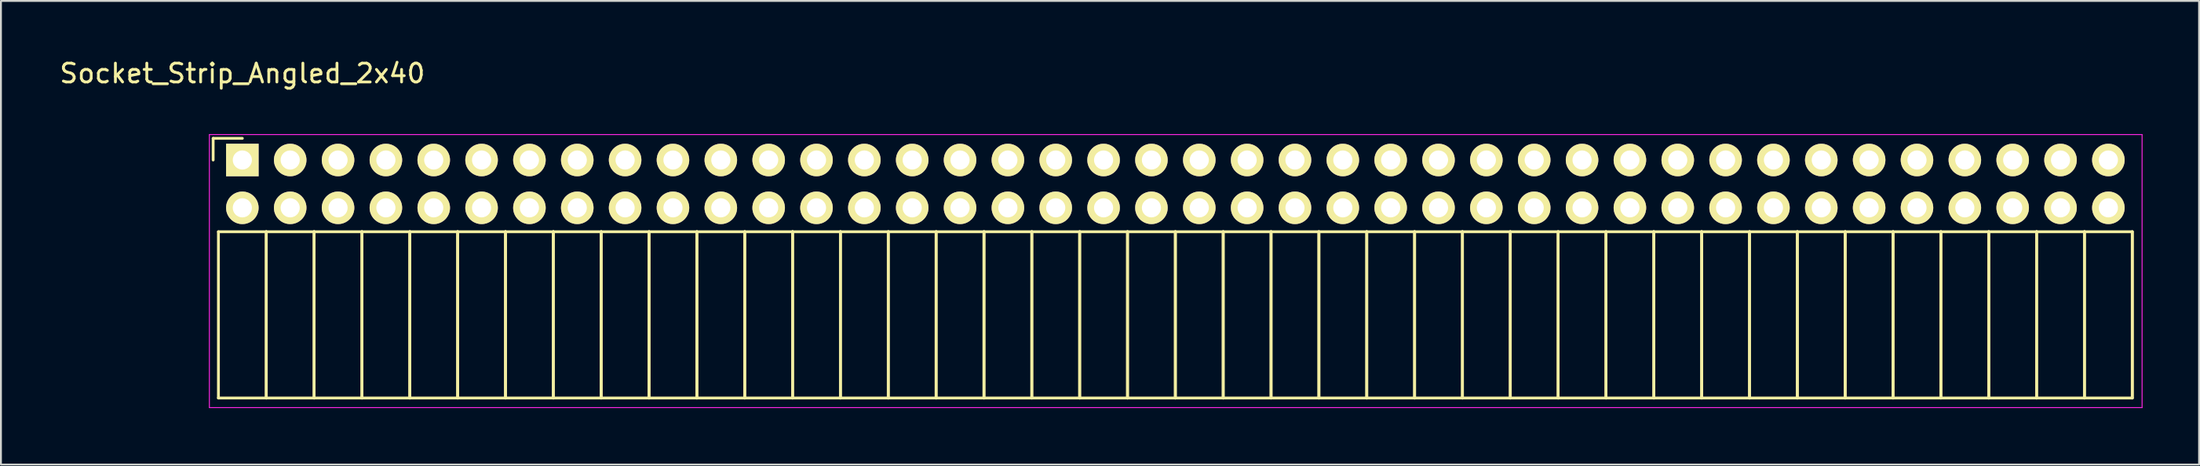
<source format=kicad_pcb>
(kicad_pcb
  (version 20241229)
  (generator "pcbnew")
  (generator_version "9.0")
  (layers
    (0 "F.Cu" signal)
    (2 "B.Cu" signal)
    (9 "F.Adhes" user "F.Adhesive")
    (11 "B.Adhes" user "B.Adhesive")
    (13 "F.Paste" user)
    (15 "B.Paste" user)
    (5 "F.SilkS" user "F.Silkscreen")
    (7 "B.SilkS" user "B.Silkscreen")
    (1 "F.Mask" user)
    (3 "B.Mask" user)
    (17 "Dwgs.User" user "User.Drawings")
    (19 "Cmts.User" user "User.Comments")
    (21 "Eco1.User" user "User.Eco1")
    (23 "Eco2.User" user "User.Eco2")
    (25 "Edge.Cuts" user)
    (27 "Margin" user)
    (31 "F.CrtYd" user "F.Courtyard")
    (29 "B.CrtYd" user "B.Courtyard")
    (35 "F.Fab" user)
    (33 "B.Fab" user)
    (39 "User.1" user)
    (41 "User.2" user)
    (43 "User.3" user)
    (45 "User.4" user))
  (footprint "Socket_Strip_Angled_2x40"
    (layer "F.Cu")
    (at 9.815 5.448)
    (property "Reference" "Socket_Strip_Angled_2x40" (at 0 -4.6 0) (layer "F.SilkS") (effects (font (size 1 1) (thickness 0.15))))
    (attr through_hole)
    (fp_line (start -1.55 -1.15) (end -1.55 0) (stroke (width 0.15) (type solid)) (layer "F.SilkS"))
    (fp_line (start -1.27 3.81) (end -1.27 12.64) (stroke (width 0.15) (type solid)) (layer "F.SilkS"))
    (fp_line (start -1.27 3.81) (end 1.27 3.81) (stroke (width 0.15) (type solid)) (layer "F.SilkS"))
    (fp_line (start -1.27 12.64) (end 1.27 12.64) (stroke (width 0.15) (type solid)) (layer "F.SilkS"))
    (fp_line (start 0 -1.15) (end -1.55 -1.15) (stroke (width 0.15) (type solid)) (layer "F.SilkS"))
    (fp_line (start 1.27 3.81) (end 1.27 12.64) (stroke (width 0.15) (type solid)) (layer "F.SilkS"))
    (fp_line (start 1.27 3.81) (end 3.81 3.81) (stroke (width 0.15) (type solid)) (layer "F.SilkS"))
    (fp_line (start 1.27 12.64) (end 1.27 3.81) (stroke (width 0.15) (type solid)) (layer "F.SilkS"))
    (fp_line (start 1.27 12.64) (end 3.81 12.64) (stroke (width 0.15) (type solid)) (layer "F.SilkS"))
    (fp_line (start 3.81 3.81) (end 3.81 12.64) (stroke (width 0.15) (type solid)) (layer "F.SilkS"))
    (fp_line (start 3.81 3.81) (end 6.35 3.81) (stroke (width 0.15) (type solid)) (layer "F.SilkS"))
    (fp_line (start 3.81 12.64) (end 3.81 3.81) (stroke (width 0.15) (type solid)) (layer "F.SilkS"))
    (fp_line (start 3.81 12.64) (end 6.35 12.64) (stroke (width 0.15) (type solid)) (layer "F.SilkS"))
    (fp_line (start 6.35 3.81) (end 6.35 12.64) (stroke (width 0.15) (type solid)) (layer "F.SilkS"))
    (fp_line (start 6.35 3.81) (end 8.89 3.81) (stroke (width 0.15) (type solid)) (layer "F.SilkS"))
    (fp_line (start 6.35 12.64) (end 6.35 3.81) (stroke (width 0.15) (type solid)) (layer "F.SilkS"))
    (fp_line (start 6.35 12.64) (end 8.89 12.64) (stroke (width 0.15) (type solid)) (layer "F.SilkS"))
    (fp_line (start 8.89 3.81) (end 8.89 12.64) (stroke (width 0.15) (type solid)) (layer "F.SilkS"))
    (fp_line (start 8.89 3.81) (end 11.43 3.81) (stroke (width 0.15) (type solid)) (layer "F.SilkS"))
    (fp_line (start 8.89 12.64) (end 8.89 3.81) (stroke (width 0.15) (type solid)) (layer "F.SilkS"))
    (fp_line (start 8.89 12.64) (end 11.43 12.64) (stroke (width 0.15) (type solid)) (layer "F.SilkS"))
    (fp_line (start 11.43 3.81) (end 11.43 12.64) (stroke (width 0.15) (type solid)) (layer "F.SilkS"))
    (fp_line (start 11.43 3.81) (end 13.97 3.81) (stroke (width 0.15) (type solid)) (layer "F.SilkS"))
    (fp_line (start 11.43 12.64) (end 11.43 3.81) (stroke (width 0.15) (type solid)) (layer "F.SilkS"))
    (fp_line (start 11.43 12.64) (end 13.97 12.64) (stroke (width 0.15) (type solid)) (layer "F.SilkS"))
    (fp_line (start 13.97 3.81) (end 13.97 12.64) (stroke (width 0.15) (type solid)) (layer "F.SilkS"))
    (fp_line (start 13.97 3.81) (end 16.51 3.81) (stroke (width 0.15) (type solid)) (layer "F.SilkS"))
    (fp_line (start 13.97 12.64) (end 13.97 3.81) (stroke (width 0.15) (type solid)) (layer "F.SilkS"))
    (fp_line (start 13.97 12.64) (end 16.51 12.64) (stroke (width 0.15) (type solid)) (layer "F.SilkS"))
    (fp_line (start 16.51 3.81) (end 16.51 12.64) (stroke (width 0.15) (type solid)) (layer "F.SilkS"))
    (fp_line (start 16.51 3.81) (end 19.05 3.81) (stroke (width 0.15) (type solid)) (layer "F.SilkS"))
    (fp_line (start 16.51 12.64) (end 16.51 3.81) (stroke (width 0.15) (type solid)) (layer "F.SilkS"))
    (fp_line (start 16.51 12.64) (end 19.05 12.64) (stroke (width 0.15) (type solid)) (layer "F.SilkS"))
    (fp_line (start 19.05 3.81) (end 19.05 12.64) (stroke (width 0.15) (type solid)) (layer "F.SilkS"))
    (fp_line (start 19.05 3.81) (end 21.59 3.81) (stroke (width 0.15) (type solid)) (layer "F.SilkS"))
    (fp_line (start 19.05 12.64) (end 19.05 3.81) (stroke (width 0.15) (type solid)) (layer "F.SilkS"))
    (fp_line (start 19.05 12.64) (end 21.59 12.64) (stroke (width 0.15) (type solid)) (layer "F.SilkS"))
    (fp_line (start 21.59 3.81) (end 21.59 12.64) (stroke (width 0.15) (type solid)) (layer "F.SilkS"))
    (fp_line (start 21.59 3.81) (end 24.13 3.81) (stroke (width 0.15) (type solid)) (layer "F.SilkS"))
    (fp_line (start 21.59 12.64) (end 21.59 3.81) (stroke (width 0.15) (type solid)) (layer "F.SilkS"))
    (fp_line (start 21.59 12.64) (end 24.13 12.64) (stroke (width 0.15) (type solid)) (layer "F.SilkS"))
    (fp_line (start 24.13 3.81) (end 24.13 12.64) (stroke (width 0.15) (type solid)) (layer "F.SilkS"))
    (fp_line (start 24.13 3.81) (end 26.67 3.81) (stroke (width 0.15) (type solid)) (layer "F.SilkS"))
    (fp_line (start 24.13 12.64) (end 24.13 3.81) (stroke (width 0.15) (type solid)) (layer "F.SilkS"))
    (fp_line (start 24.13 12.64) (end 26.67 12.64) (stroke (width 0.15) (type solid)) (layer "F.SilkS"))
    (fp_line (start 26.67 3.81) (end 26.67 12.64) (stroke (width 0.15) (type solid)) (layer "F.SilkS"))
    (fp_line (start 26.67 3.81) (end 29.21 3.81) (stroke (width 0.15) (type solid)) (layer "F.SilkS"))
    (fp_line (start 26.67 12.64) (end 26.67 3.81) (stroke (width 0.15) (type solid)) (layer "F.SilkS"))
    (fp_line (start 26.67 12.64) (end 29.21 12.64) (stroke (width 0.15) (type solid)) (layer "F.SilkS"))
    (fp_line (start 29.21 3.81) (end 29.21 12.64) (stroke (width 0.15) (type solid)) (layer "F.SilkS"))
    (fp_line (start 29.21 3.81) (end 31.75 3.81) (stroke (width 0.15) (type solid)) (layer "F.SilkS"))
    (fp_line (start 29.21 12.64) (end 29.21 3.81) (stroke (width 0.15) (type solid)) (layer "F.SilkS"))
    (fp_line (start 29.21 12.64) (end 31.75 12.64) (stroke (width 0.15) (type solid)) (layer "F.SilkS"))
    (fp_line (start 31.75 3.81) (end 31.75 12.64) (stroke (width 0.15) (type solid)) (layer "F.SilkS"))
    (fp_line (start 31.75 3.81) (end 34.29 3.81) (stroke (width 0.15) (type solid)) (layer "F.SilkS"))
    (fp_line (start 31.75 12.64) (end 31.75 3.81) (stroke (width 0.15) (type solid)) (layer "F.SilkS"))
    (fp_line (start 31.75 12.64) (end 34.29 12.64) (stroke (width 0.15) (type solid)) (layer "F.SilkS"))
    (fp_line (start 34.29 3.81) (end 34.29 12.64) (stroke (width 0.15) (type solid)) (layer "F.SilkS"))
    (fp_line (start 34.29 3.81) (end 36.83 3.81) (stroke (width 0.15) (type solid)) (layer "F.SilkS"))
    (fp_line (start 34.29 12.64) (end 34.29 3.81) (stroke (width 0.15) (type solid)) (layer "F.SilkS"))
    (fp_line (start 34.29 12.64) (end 36.83 12.64) (stroke (width 0.15) (type solid)) (layer "F.SilkS"))
    (fp_line (start 36.83 3.81) (end 36.83 12.64) (stroke (width 0.15) (type solid)) (layer "F.SilkS"))
    (fp_line (start 36.83 3.81) (end 39.37 3.81) (stroke (width 0.15) (type solid)) (layer "F.SilkS"))
    (fp_line (start 36.83 12.64) (end 36.83 3.81) (stroke (width 0.15) (type solid)) (layer "F.SilkS"))
    (fp_line (start 36.83 12.64) (end 39.37 12.64) (stroke (width 0.15) (type solid)) (layer "F.SilkS"))
    (fp_line (start 39.37 3.81) (end 39.37 12.64) (stroke (width 0.15) (type solid)) (layer "F.SilkS"))
    (fp_line (start 39.37 3.81) (end 41.91 3.81) (stroke (width 0.15) (type solid)) (layer "F.SilkS"))
    (fp_line (start 39.37 12.64) (end 39.37 3.81) (stroke (width 0.15) (type solid)) (layer "F.SilkS"))
    (fp_line (start 39.37 12.64) (end 41.91 12.64) (stroke (width 0.15) (type solid)) (layer "F.SilkS"))
    (fp_line (start 41.91 3.81) (end 41.91 12.64) (stroke (width 0.15) (type solid)) (layer "F.SilkS"))
    (fp_line (start 41.91 3.81) (end 44.45 3.81) (stroke (width 0.15) (type solid)) (layer "F.SilkS"))
    (fp_line (start 41.91 12.64) (end 41.91 3.81) (stroke (width 0.15) (type solid)) (layer "F.SilkS"))
    (fp_line (start 41.91 12.64) (end 44.45 12.64) (stroke (width 0.15) (type solid)) (layer "F.SilkS"))
    (fp_line (start 44.45 3.81) (end 44.45 12.64) (stroke (width 0.15) (type solid)) (layer "F.SilkS"))
    (fp_line (start 44.45 3.81) (end 46.99 3.81) (stroke (width 0.15) (type solid)) (layer "F.SilkS"))
    (fp_line (start 44.45 12.64) (end 44.45 3.81) (stroke (width 0.15) (type solid)) (layer "F.SilkS"))
    (fp_line (start 44.45 12.64) (end 46.99 12.64) (stroke (width 0.15) (type solid)) (layer "F.SilkS"))
    (fp_line (start 46.99 3.81) (end 46.99 12.64) (stroke (width 0.15) (type solid)) (layer "F.SilkS"))
    (fp_line (start 46.99 3.81) (end 49.53 3.81) (stroke (width 0.15) (type solid)) (layer "F.SilkS"))
    (fp_line (start 46.99 12.64) (end 46.99 3.81) (stroke (width 0.15) (type solid)) (layer "F.SilkS"))
    (fp_line (start 46.99 12.64) (end 49.53 12.64) (stroke (width 0.15) (type solid)) (layer "F.SilkS"))
    (fp_line (start 49.53 3.81) (end 49.53 12.64) (stroke (width 0.15) (type solid)) (layer "F.SilkS"))
    (fp_line (start 49.53 3.81) (end 52.07 3.81) (stroke (width 0.15) (type solid)) (layer "F.SilkS"))
    (fp_line (start 49.53 12.64) (end 49.53 3.81) (stroke (width 0.15) (type solid)) (layer "F.SilkS"))
    (fp_line (start 49.53 12.64) (end 52.07 12.64) (stroke (width 0.15) (type solid)) (layer "F.SilkS"))
    (fp_line (start 52.07 3.81) (end 52.07 12.64) (stroke (width 0.15) (type solid)) (layer "F.SilkS"))
    (fp_line (start 52.07 3.81) (end 54.61 3.81) (stroke (width 0.15) (type solid)) (layer "F.SilkS"))
    (fp_line (start 52.07 12.64) (end 52.07 3.81) (stroke (width 0.15) (type solid)) (layer "F.SilkS"))
    (fp_line (start 52.07 12.64) (end 54.61 12.64) (stroke (width 0.15) (type solid)) (layer "F.SilkS"))
    (fp_line (start 54.61 3.81) (end 54.61 12.64) (stroke (width 0.15) (type solid)) (layer "F.SilkS"))
    (fp_line (start 54.61 3.81) (end 57.15 3.81) (stroke (width 0.15) (type solid)) (layer "F.SilkS"))
    (fp_line (start 54.61 12.64) (end 54.61 3.81) (stroke (width 0.15) (type solid)) (layer "F.SilkS"))
    (fp_line (start 54.61 12.64) (end 57.15 12.64) (stroke (width 0.15) (type solid)) (layer "F.SilkS"))
    (fp_line (start 57.15 3.81) (end 57.15 12.64) (stroke (width 0.15) (type solid)) (layer "F.SilkS"))
    (fp_line (start 57.15 3.81) (end 59.69 3.81) (stroke (width 0.15) (type solid)) (layer "F.SilkS"))
    (fp_line (start 57.15 12.64) (end 57.15 3.81) (stroke (width 0.15) (type solid)) (layer "F.SilkS"))
    (fp_line (start 57.15 12.64) (end 59.69 12.64) (stroke (width 0.15) (type solid)) (layer "F.SilkS"))
    (fp_line (start 59.69 3.81) (end 59.69 12.64) (stroke (width 0.15) (type solid)) (layer "F.SilkS"))
    (fp_line (start 59.69 3.81) (end 62.23 3.81) (stroke (width 0.15) (type solid)) (layer "F.SilkS"))
    (fp_line (start 59.69 12.64) (end 59.69 3.81) (stroke (width 0.15) (type solid)) (layer "F.SilkS"))
    (fp_line (start 59.69 12.64) (end 62.23 12.64) (stroke (width 0.15) (type solid)) (layer "F.SilkS"))
    (fp_line (start 62.23 3.81) (end 62.23 12.64) (stroke (width 0.15) (type solid)) (layer "F.SilkS"))
    (fp_line (start 62.23 3.81) (end 64.77 3.81) (stroke (width 0.15) (type solid)) (layer "F.SilkS"))
    (fp_line (start 62.23 12.64) (end 62.23 3.81) (stroke (width 0.15) (type solid)) (layer "F.SilkS"))
    (fp_line (start 62.23 12.64) (end 64.77 12.64) (stroke (width 0.15) (type solid)) (layer "F.SilkS"))
    (fp_line (start 64.77 3.81) (end 64.77 12.64) (stroke (width 0.15) (type solid)) (layer "F.SilkS"))
    (fp_line (start 64.77 3.81) (end 67.31 3.81) (stroke (width 0.15) (type solid)) (layer "F.SilkS"))
    (fp_line (start 64.77 12.64) (end 64.77 3.81) (stroke (width 0.15) (type solid)) (layer "F.SilkS"))
    (fp_line (start 64.77 12.64) (end 67.31 12.64) (stroke (width 0.15) (type solid)) (layer "F.SilkS"))
    (fp_line (start 67.31 3.81) (end 67.31 12.64) (stroke (width 0.15) (type solid)) (layer "F.SilkS"))
    (fp_line (start 67.31 3.81) (end 69.85 3.81) (stroke (width 0.15) (type solid)) (layer "F.SilkS"))
    (fp_line (start 67.31 12.64) (end 67.31 3.81) (stroke (width 0.15) (type solid)) (layer "F.SilkS"))
    (fp_line (start 67.31 12.64) (end 69.85 12.64) (stroke (width 0.15) (type solid)) (layer "F.SilkS"))
    (fp_line (start 69.85 3.81) (end 69.85 12.64) (stroke (width 0.15) (type solid)) (layer "F.SilkS"))
    (fp_line (start 69.85 3.81) (end 72.39 3.81) (stroke (width 0.15) (type solid)) (layer "F.SilkS"))
    (fp_line (start 69.85 12.64) (end 69.85 3.81) (stroke (width 0.15) (type solid)) (layer "F.SilkS"))
    (fp_line (start 69.85 12.64) (end 72.39 12.64) (stroke (width 0.15) (type solid)) (layer "F.SilkS"))
    (fp_line (start 72.39 3.81) (end 72.39 12.64) (stroke (width 0.15) (type solid)) (layer "F.SilkS"))
    (fp_line (start 72.39 3.81) (end 74.93 3.81) (stroke (width 0.15) (type solid)) (layer "F.SilkS"))
    (fp_line (start 72.39 12.64) (end 72.39 3.81) (stroke (width 0.15) (type solid)) (layer "F.SilkS"))
    (fp_line (start 72.39 12.64) (end 74.93 12.64) (stroke (width 0.15) (type solid)) (layer "F.SilkS"))
    (fp_line (start 74.93 3.81) (end 74.93 12.64) (stroke (width 0.15) (type solid)) (layer "F.SilkS"))
    (fp_line (start 74.93 3.81) (end 77.47 3.81) (stroke (width 0.15) (type solid)) (layer "F.SilkS"))
    (fp_line (start 74.93 12.64) (end 74.93 3.81) (stroke (width 0.15) (type solid)) (layer "F.SilkS"))
    (fp_line (start 74.93 12.64) (end 77.47 12.64) (stroke (width 0.15) (type solid)) (layer "F.SilkS"))
    (fp_line (start 77.47 3.81) (end 77.47 12.64) (stroke (width 0.15) (type solid)) (layer "F.SilkS"))
    (fp_line (start 77.47 3.81) (end 80.01 3.81) (stroke (width 0.15) (type solid)) (layer "F.SilkS"))
    (fp_line (start 77.47 12.64) (end 77.47 3.81) (stroke (width 0.15) (type solid)) (layer "F.SilkS"))
    (fp_line (start 77.47 12.64) (end 80.01 12.64) (stroke (width 0.15) (type solid)) (layer "F.SilkS"))
    (fp_line (start 80.01 3.81) (end 80.01 12.64) (stroke (width 0.15) (type solid)) (layer "F.SilkS"))
    (fp_line (start 80.01 3.81) (end 82.55 3.81) (stroke (width 0.15) (type solid)) (layer "F.SilkS"))
    (fp_line (start 80.01 12.64) (end 80.01 3.81) (stroke (width 0.15) (type solid)) (layer "F.SilkS"))
    (fp_line (start 80.01 12.64) (end 82.55 12.64) (stroke (width 0.15) (type solid)) (layer "F.SilkS"))
    (fp_line (start 82.55 3.81) (end 82.55 12.64) (stroke (width 0.15) (type solid)) (layer "F.SilkS"))
    (fp_line (start 82.55 3.81) (end 85.09 3.81) (stroke (width 0.15) (type solid)) (layer "F.SilkS"))
    (fp_line (start 82.55 12.64) (end 82.55 3.81) (stroke (width 0.15) (type solid)) (layer "F.SilkS"))
    (fp_line (start 82.55 12.64) (end 85.09 12.64) (stroke (width 0.15) (type solid)) (layer "F.SilkS"))
    (fp_line (start 85.09 3.81) (end 85.09 12.64) (stroke (width 0.15) (type solid)) (layer "F.SilkS"))
    (fp_line (start 85.09 3.81) (end 87.63 3.81) (stroke (width 0.15) (type solid)) (layer "F.SilkS"))
    (fp_line (start 85.09 12.64) (end 85.09 3.81) (stroke (width 0.15) (type solid)) (layer "F.SilkS"))
    (fp_line (start 85.09 12.64) (end 87.63 12.64) (stroke (width 0.15) (type solid)) (layer "F.SilkS"))
    (fp_line (start 87.63 3.81) (end 87.63 12.64) (stroke (width 0.15) (type solid)) (layer "F.SilkS"))
    (fp_line (start 87.63 3.81) (end 90.17 3.81) (stroke (width 0.15) (type solid)) (layer "F.SilkS"))
    (fp_line (start 87.63 12.64) (end 87.63 3.81) (stroke (width 0.15) (type solid)) (layer "F.SilkS"))
    (fp_line (start 87.63 12.64) (end 90.17 12.64) (stroke (width 0.15) (type solid)) (layer "F.SilkS"))
    (fp_line (start 90.17 3.81) (end 90.17 12.64) (stroke (width 0.15) (type solid)) (layer "F.SilkS"))
    (fp_line (start 90.17 3.81) (end 92.71 3.81) (stroke (width 0.15) (type solid)) (layer "F.SilkS"))
    (fp_line (start 90.17 12.64) (end 90.17 3.81) (stroke (width 0.15) (type solid)) (layer "F.SilkS"))
    (fp_line (start 90.17 12.64) (end 92.71 12.64) (stroke (width 0.15) (type solid)) (layer "F.SilkS"))
    (fp_line (start 92.71 3.81) (end 92.71 12.64) (stroke (width 0.15) (type solid)) (layer "F.SilkS"))
    (fp_line (start 92.71 3.81) (end 95.25 3.81) (stroke (width 0.15) (type solid)) (layer "F.SilkS"))
    (fp_line (start 92.71 12.64) (end 92.71 3.81) (stroke (width 0.15) (type solid)) (layer "F.SilkS"))
    (fp_line (start 92.71 12.64) (end 95.25 12.64) (stroke (width 0.15) (type solid)) (layer "F.SilkS"))
    (fp_line (start 95.25 3.81) (end 95.25 12.64) (stroke (width 0.15) (type solid)) (layer "F.SilkS"))
    (fp_line (start 95.25 3.81) (end 97.79 3.81) (stroke (width 0.15) (type solid)) (layer "F.SilkS"))
    (fp_line (start 95.25 12.64) (end 95.25 3.81) (stroke (width 0.15) (type solid)) (layer "F.SilkS"))
    (fp_line (start 95.25 12.64) (end 97.79 12.64) (stroke (width 0.15) (type solid)) (layer "F.SilkS"))
    (fp_line (start 97.79 3.81) (end 97.79 12.64) (stroke (width 0.15) (type solid)) (layer "F.SilkS"))
    (fp_line (start 97.79 3.81) (end 100.33 3.81) (stroke (width 0.15) (type solid)) (layer "F.SilkS"))
    (fp_line (start 97.79 12.64) (end 97.79 3.81) (stroke (width 0.15) (type solid)) (layer "F.SilkS"))
    (fp_line (start 97.79 12.64) (end 100.33 12.64) (stroke (width 0.15) (type solid)) (layer "F.SilkS"))
    (fp_line (start 100.33 3.81) (end 100.33 12.64) (stroke (width 0.15) (type solid)) (layer "F.SilkS"))
    (fp_line (start 100.33 12.64) (end 100.33 3.81) (stroke (width 0.15) (type solid)) (layer "F.SilkS"))
    (fp_line (start -1.75 -1.35) (end -1.75 13.15) (stroke (width 0.05) (type solid)) (layer "F.CrtYd"))
    (fp_line (start -1.75 -1.35) (end 100.85 -1.35) (stroke (width 0.05) (type solid)) (layer "F.CrtYd"))
    (fp_line (start -1.75 13.15) (end 100.85 13.15) (stroke (width 0.05) (type solid)) (layer "F.CrtYd"))
    (fp_line (start 100.85 -1.35) (end 100.85 13.15) (stroke (width 0.05) (type solid)) (layer "F.CrtYd"))
    (pad "1" thru_hole rect (at 0 0) (size 1.727 1.727) (drill 1.016) (layers "*.Cu" "*.Mask" "F.SilkS"))
    (pad "2" thru_hole oval (at 0 2.54) (size 1.727 1.727) (drill 1.016) (layers "*.Cu" "*.Mask" "F.SilkS"))
    (pad "3" thru_hole oval (at 2.54 0) (size 1.727 1.727) (drill 1.016) (layers "*.Cu" "*.Mask" "F.SilkS"))
    (pad "4" thru_hole oval (at 2.54 2.54) (size 1.727 1.727) (drill 1.016) (layers "*.Cu" "*.Mask" "F.SilkS"))
    (pad "5" thru_hole oval (at 5.08 0) (size 1.727 1.727) (drill 1.016) (layers "*.Cu" "*.Mask" "F.SilkS"))
    (pad "6" thru_hole oval (at 5.08 2.54) (size 1.727 1.727) (drill 1.016) (layers "*.Cu" "*.Mask" "F.SilkS"))
    (pad "7" thru_hole oval (at 7.62 0) (size 1.727 1.727) (drill 1.016) (layers "*.Cu" "*.Mask" "F.SilkS"))
    (pad "8" thru_hole oval (at 7.62 2.54) (size 1.727 1.727) (drill 1.016) (layers "*.Cu" "*.Mask" "F.SilkS"))
    (pad "9" thru_hole oval (at 10.16 0) (size 1.727 1.727) (drill 1.016) (layers "*.Cu" "*.Mask" "F.SilkS"))
    (pad "10" thru_hole oval (at 10.16 2.54) (size 1.727 1.727) (drill 1.016) (layers "*.Cu" "*.Mask" "F.SilkS"))
    (pad "11" thru_hole oval (at 12.7 0) (size 1.727 1.727) (drill 1.016) (layers "*.Cu" "*.Mask" "F.SilkS"))
    (pad "12" thru_hole oval (at 12.7 2.54) (size 1.727 1.727) (drill 1.016) (layers "*.Cu" "*.Mask" "F.SilkS"))
    (pad "13" thru_hole oval (at 15.24 0) (size 1.727 1.727) (drill 1.016) (layers "*.Cu" "*.Mask" "F.SilkS"))
    (pad "14" thru_hole oval (at 15.24 2.54) (size 1.727 1.727) (drill 1.016) (layers "*.Cu" "*.Mask" "F.SilkS"))
    (pad "15" thru_hole oval (at 17.78 0) (size 1.727 1.727) (drill 1.016) (layers "*.Cu" "*.Mask" "F.SilkS"))
    (pad "16" thru_hole oval (at 17.78 2.54) (size 1.727 1.727) (drill 1.016) (layers "*.Cu" "*.Mask" "F.SilkS"))
    (pad "17" thru_hole oval (at 20.32 0) (size 1.727 1.727) (drill 1.016) (layers "*.Cu" "*.Mask" "F.SilkS"))
    (pad "18" thru_hole oval (at 20.32 2.54) (size 1.727 1.727) (drill 1.016) (layers "*.Cu" "*.Mask" "F.SilkS"))
    (pad "19" thru_hole oval (at 22.86 0) (size 1.727 1.727) (drill 1.016) (layers "*.Cu" "*.Mask" "F.SilkS"))
    (pad "20" thru_hole oval (at 22.86 2.54) (size 1.727 1.727) (drill 1.016) (layers "*.Cu" "*.Mask" "F.SilkS"))
    (pad "21" thru_hole oval (at 25.4 0) (size 1.727 1.727) (drill 1.016) (layers "*.Cu" "*.Mask" "F.SilkS"))
    (pad "22" thru_hole oval (at 25.4 2.54) (size 1.727 1.727) (drill 1.016) (layers "*.Cu" "*.Mask" "F.SilkS"))
    (pad "23" thru_hole oval (at 27.94 0) (size 1.727 1.727) (drill 1.016) (layers "*.Cu" "*.Mask" "F.SilkS"))
    (pad "24" thru_hole oval (at 27.94 2.54) (size 1.727 1.727) (drill 1.016) (layers "*.Cu" "*.Mask" "F.SilkS"))
    (pad "25" thru_hole oval (at 30.48 0) (size 1.727 1.727) (drill 1.016) (layers "*.Cu" "*.Mask" "F.SilkS"))
    (pad "26" thru_hole oval (at 30.48 2.54) (size 1.727 1.727) (drill 1.016) (layers "*.Cu" "*.Mask" "F.SilkS"))
    (pad "27" thru_hole oval (at 33.02 0) (size 1.727 1.727) (drill 1.016) (layers "*.Cu" "*.Mask" "F.SilkS"))
    (pad "28" thru_hole oval (at 33.02 2.54) (size 1.727 1.727) (drill 1.016) (layers "*.Cu" "*.Mask" "F.SilkS"))
    (pad "29" thru_hole oval (at 35.56 0) (size 1.727 1.727) (drill 1.016) (layers "*.Cu" "*.Mask" "F.SilkS"))
    (pad "30" thru_hole oval (at 35.56 2.54) (size 1.727 1.727) (drill 1.016) (layers "*.Cu" "*.Mask" "F.SilkS"))
    (pad "31" thru_hole oval (at 38.1 0) (size 1.727 1.727) (drill 1.016) (layers "*.Cu" "*.Mask" "F.SilkS"))
    (pad "32" thru_hole oval (at 38.1 2.54) (size 1.727 1.727) (drill 1.016) (layers "*.Cu" "*.Mask" "F.SilkS"))
    (pad "33" thru_hole oval (at 40.64 0) (size 1.727 1.727) (drill 1.016) (layers "*.Cu" "*.Mask" "F.SilkS"))
    (pad "34" thru_hole oval (at 40.64 2.54) (size 1.727 1.727) (drill 1.016) (layers "*.Cu" "*.Mask" "F.SilkS"))
    (pad "35" thru_hole oval (at 43.18 0) (size 1.727 1.727) (drill 1.016) (layers "*.Cu" "*.Mask" "F.SilkS"))
    (pad "36" thru_hole oval (at 43.18 2.54) (size 1.727 1.727) (drill 1.016) (layers "*.Cu" "*.Mask" "F.SilkS"))
    (pad "37" thru_hole oval (at 45.72 0) (size 1.727 1.727) (drill 1.016) (layers "*.Cu" "*.Mask" "F.SilkS"))
    (pad "38" thru_hole oval (at 45.72 2.54) (size 1.727 1.727) (drill 1.016) (layers "*.Cu" "*.Mask" "F.SilkS"))
    (pad "39" thru_hole oval (at 48.26 0) (size 1.727 1.727) (drill 1.016) (layers "*.Cu" "*.Mask" "F.SilkS"))
    (pad "40" thru_hole oval (at 48.26 2.54) (size 1.727 1.727) (drill 1.016) (layers "*.Cu" "*.Mask" "F.SilkS"))
    (pad "41" thru_hole oval (at 50.8 0) (size 1.727 1.727) (drill 1.016) (layers "*.Cu" "*.Mask" "F.SilkS"))
    (pad "42" thru_hole oval (at 50.8 2.54) (size 1.727 1.727) (drill 1.016) (layers "*.Cu" "*.Mask" "F.SilkS"))
    (pad "43" thru_hole oval (at 53.34 0) (size 1.727 1.727) (drill 1.016) (layers "*.Cu" "*.Mask" "F.SilkS"))
    (pad "44" thru_hole oval (at 53.34 2.54) (size 1.727 1.727) (drill 1.016) (layers "*.Cu" "*.Mask" "F.SilkS"))
    (pad "45" thru_hole oval (at 55.88 0) (size 1.727 1.727) (drill 1.016) (layers "*.Cu" "*.Mask" "F.SilkS"))
    (pad "46" thru_hole oval (at 55.88 2.54) (size 1.727 1.727) (drill 1.016) (layers "*.Cu" "*.Mask" "F.SilkS"))
    (pad "47" thru_hole oval (at 58.42 0) (size 1.727 1.727) (drill 1.016) (layers "*.Cu" "*.Mask" "F.SilkS"))
    (pad "48" thru_hole oval (at 58.42 2.54) (size 1.727 1.727) (drill 1.016) (layers "*.Cu" "*.Mask" "F.SilkS"))
    (pad "49" thru_hole oval (at 60.96 0) (size 1.727 1.727) (drill 1.016) (layers "*.Cu" "*.Mask" "F.SilkS"))
    (pad "50" thru_hole oval (at 60.96 2.54) (size 1.727 1.727) (drill 1.016) (layers "*.Cu" "*.Mask" "F.SilkS"))
    (pad "51" thru_hole oval (at 63.5 0) (size 1.727 1.727) (drill 1.016) (layers "*.Cu" "*.Mask" "F.SilkS"))
    (pad "52" thru_hole oval (at 63.5 2.54) (size 1.727 1.727) (drill 1.016) (layers "*.Cu" "*.Mask" "F.SilkS"))
    (pad "53" thru_hole oval (at 66.04 0) (size 1.727 1.727) (drill 1.016) (layers "*.Cu" "*.Mask" "F.SilkS"))
    (pad "54" thru_hole oval (at 66.04 2.54) (size 1.727 1.727) (drill 1.016) (layers "*.Cu" "*.Mask" "F.SilkS"))
    (pad "55" thru_hole oval (at 68.58 0) (size 1.727 1.727) (drill 1.016) (layers "*.Cu" "*.Mask" "F.SilkS"))
    (pad "56" thru_hole oval (at 68.58 2.54) (size 1.727 1.727) (drill 1.016) (layers "*.Cu" "*.Mask" "F.SilkS"))
    (pad "57" thru_hole oval (at 71.12 0) (size 1.727 1.727) (drill 1.016) (layers "*.Cu" "*.Mask" "F.SilkS"))
    (pad "58" thru_hole oval (at 71.12 2.54) (size 1.727 1.727) (drill 1.016) (layers "*.Cu" "*.Mask" "F.SilkS"))
    (pad "59" thru_hole oval (at 73.66 0) (size 1.727 1.727) (drill 1.016) (layers "*.Cu" "*.Mask" "F.SilkS"))
    (pad "60" thru_hole oval (at 73.66 2.54) (size 1.727 1.727) (drill 1.016) (layers "*.Cu" "*.Mask" "F.SilkS"))
    (pad "61" thru_hole oval (at 76.2 0) (size 1.727 1.727) (drill 1.016) (layers "*.Cu" "*.Mask" "F.SilkS"))
    (pad "62" thru_hole oval (at 76.2 2.54) (size 1.727 1.727) (drill 1.016) (layers "*.Cu" "*.Mask" "F.SilkS"))
    (pad "63" thru_hole oval (at 78.74 0) (size 1.727 1.727) (drill 1.016) (layers "*.Cu" "*.Mask" "F.SilkS"))
    (pad "64" thru_hole oval (at 78.74 2.54) (size 1.727 1.727) (drill 1.016) (layers "*.Cu" "*.Mask" "F.SilkS"))
    (pad "65" thru_hole oval (at 81.28 0) (size 1.727 1.727) (drill 1.016) (layers "*.Cu" "*.Mask" "F.SilkS"))
    (pad "66" thru_hole oval (at 81.28 2.54) (size 1.727 1.727) (drill 1.016) (layers "*.Cu" "*.Mask" "F.SilkS"))
    (pad "67" thru_hole oval (at 83.82 0) (size 1.727 1.727) (drill 1.016) (layers "*.Cu" "*.Mask" "F.SilkS"))
    (pad "68" thru_hole oval (at 83.82 2.54) (size 1.727 1.727) (drill 1.016) (layers "*.Cu" "*.Mask" "F.SilkS"))
    (pad "69" thru_hole oval (at 86.36 0) (size 1.727 1.727) (drill 1.016) (layers "*.Cu" "*.Mask" "F.SilkS"))
    (pad "70" thru_hole oval (at 86.36 2.54) (size 1.727 1.727) (drill 1.016) (layers "*.Cu" "*.Mask" "F.SilkS"))
    (pad "71" thru_hole oval (at 88.9 0) (size 1.727 1.727) (drill 1.016) (layers "*.Cu" "*.Mask" "F.SilkS"))
    (pad "72" thru_hole oval (at 88.9 2.54) (size 1.727 1.727) (drill 1.016) (layers "*.Cu" "*.Mask" "F.SilkS"))
    (pad "73" thru_hole oval (at 91.44 0) (size 1.727 1.727) (drill 1.016) (layers "*.Cu" "*.Mask" "F.SilkS"))
    (pad "74" thru_hole oval (at 91.44 2.54) (size 1.727 1.727) (drill 1.016) (layers "*.Cu" "*.Mask" "F.SilkS"))
    (pad "75" thru_hole oval (at 93.98 0) (size 1.727 1.727) (drill 1.016) (layers "*.Cu" "*.Mask" "F.SilkS"))
    (pad "76" thru_hole oval (at 93.98 2.54) (size 1.727 1.727) (drill 1.016) (layers "*.Cu" "*.Mask" "F.SilkS"))
    (pad "77" thru_hole oval (at 96.52 0) (size 1.727 1.727) (drill 1.016) (layers "*.Cu" "*.Mask" "F.SilkS"))
    (pad "78" thru_hole oval (at 96.52 2.54) (size 1.727 1.727) (drill 1.016) (layers "*.Cu" "*.Mask" "F.SilkS"))
    (pad "79" thru_hole oval (at 99.06 0) (size 1.727 1.727) (drill 1.016) (layers "*.Cu" "*.Mask" "F.SilkS"))
    (pad "80" thru_hole oval (at 99.06 2.54) (size 1.727 1.727) (drill 1.016) (layers "*.Cu" "*.Mask" "F.SilkS")))
  (gr_rect
    (start -3 -3)
    (end 113.69 21.623)
    (stroke (width 0.1) (type default))
    (fill no)
    (layer "Edge.Cuts")))
</source>
